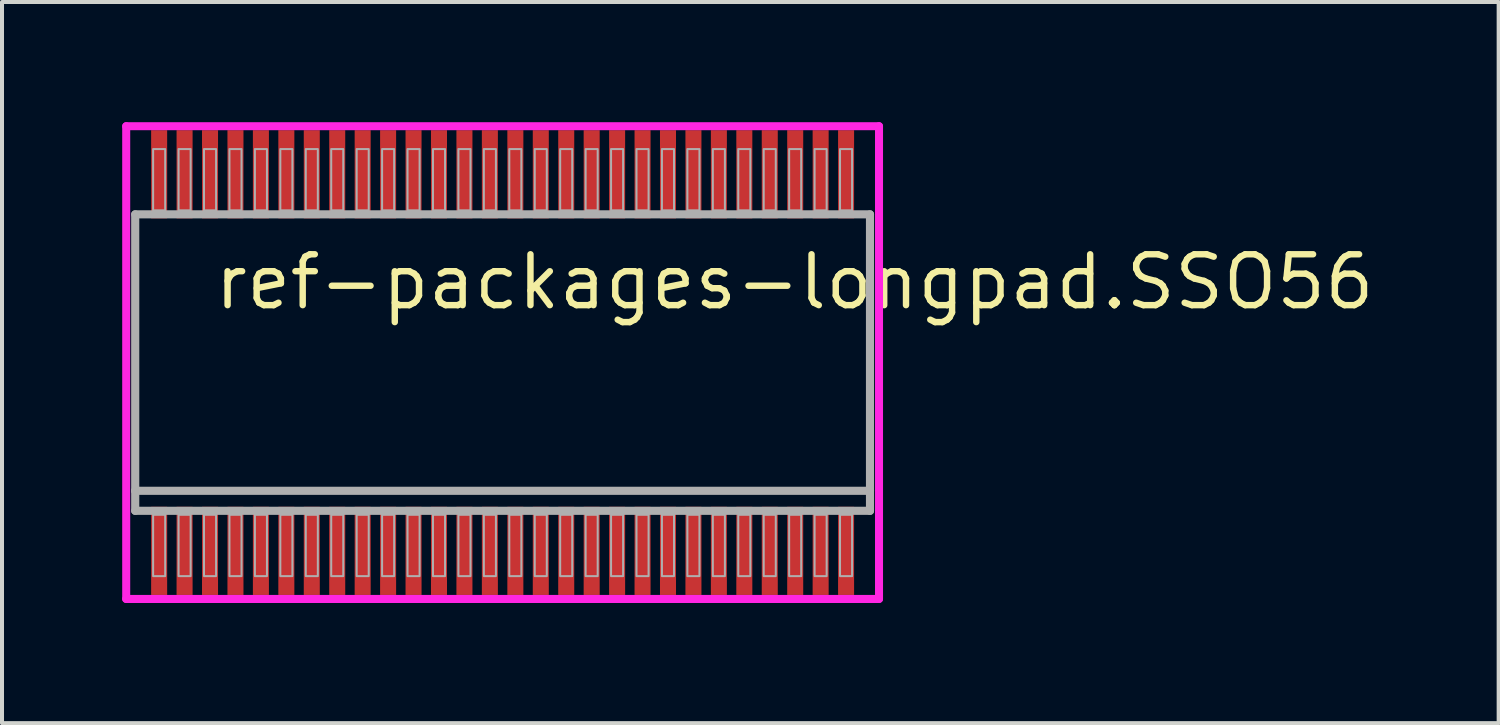
<source format=kicad_pcb>
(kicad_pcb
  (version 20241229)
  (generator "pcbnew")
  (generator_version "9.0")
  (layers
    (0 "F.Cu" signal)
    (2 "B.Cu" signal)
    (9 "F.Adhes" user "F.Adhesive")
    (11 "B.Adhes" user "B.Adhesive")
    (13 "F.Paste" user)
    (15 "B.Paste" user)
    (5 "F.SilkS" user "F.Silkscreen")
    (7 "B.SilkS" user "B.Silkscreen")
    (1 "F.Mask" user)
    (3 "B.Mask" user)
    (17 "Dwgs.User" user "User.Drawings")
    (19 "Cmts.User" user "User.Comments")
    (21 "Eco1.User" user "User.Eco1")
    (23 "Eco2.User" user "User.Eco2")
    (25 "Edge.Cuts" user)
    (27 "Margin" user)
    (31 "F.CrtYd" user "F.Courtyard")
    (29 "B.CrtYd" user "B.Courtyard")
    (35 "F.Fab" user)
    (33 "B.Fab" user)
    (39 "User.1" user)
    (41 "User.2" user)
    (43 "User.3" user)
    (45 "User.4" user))
  (footprint "ref-packages-longpad.SSO56"
    (layer "F.Cu")
    (at 9.495 6)
    (property "Reference" "ref-packages-longpad.SSO56" (at -7.272 -1.27 0) (layer "F.SilkS") (effects (font (size 1.27 1.27) (thickness 0.16)) (justify left bottom)))
    (attr smd)
    (fp_line (start -9.395 -5.9) (end 9.395 -5.9) (stroke (width 0.2) (type default)) (layer "F.CrtYd"))
    (fp_line (start -9.395 5.9) (end -9.395 -5.9) (stroke (width 0.2) (type default)) (layer "F.CrtYd"))
    (fp_line (start 9.395 -5.9) (end 9.395 5.9) (stroke (width 0.2) (type default)) (layer "F.CrtYd"))
    (fp_line (start 9.395 5.9) (end -9.395 5.9) (stroke (width 0.2) (type default)) (layer "F.CrtYd"))
    (fp_line (start -9.17 -3.7) (end 9.17 -3.7) (stroke (width 0.203) (type default)) (layer "F.Fab"))
    (fp_line (start -9.17 3.2) (end -9.17 -3.7) (stroke (width 0.203) (type default)) (layer "F.Fab"))
    (fp_line (start -9.17 3.7) (end -9.17 3.2) (stroke (width 0.203) (type default)) (layer "F.Fab"))
    (fp_line (start 9.17 -3.7) (end 9.17 3.2) (stroke (width 0.203) (type default)) (layer "F.Fab"))
    (fp_line (start 9.17 3.2) (end -9.17 3.2) (stroke (width 0.203) (type default)) (layer "F.Fab"))
    (fp_line (start 9.17 3.2) (end 9.17 3.7) (stroke (width 0.203) (type default)) (layer "F.Fab"))
    (fp_line (start 9.17 3.7) (end -9.17 3.7) (stroke (width 0.203) (type default)) (layer "F.Fab"))
    (fp_rect (start -8.723 -3.8) (end -8.422 -5.33) (stroke (width 0.05) (type default)) (fill no) (layer "F.Fab"))
    (fp_rect (start -8.723 5.33) (end -8.422 3.8) (stroke (width 0.05) (type default)) (fill no) (layer "F.Fab"))
    (fp_rect (start -8.088 -3.8) (end -7.787 -5.33) (stroke (width 0.05) (type default)) (fill no) (layer "F.Fab"))
    (fp_rect (start -8.088 5.33) (end -7.787 3.8) (stroke (width 0.05) (type default)) (fill no) (layer "F.Fab"))
    (fp_rect (start -7.453 -3.8) (end -7.152 -5.33) (stroke (width 0.05) (type default)) (fill no) (layer "F.Fab"))
    (fp_rect (start -7.453 5.33) (end -7.152 3.8) (stroke (width 0.05) (type default)) (fill no) (layer "F.Fab"))
    (fp_rect (start -6.818 -3.8) (end -6.517 -5.33) (stroke (width 0.05) (type default)) (fill no) (layer "F.Fab"))
    (fp_rect (start -6.818 5.33) (end -6.517 3.8) (stroke (width 0.05) (type default)) (fill no) (layer "F.Fab"))
    (fp_rect (start -6.183 -3.8) (end -5.882 -5.33) (stroke (width 0.05) (type default)) (fill no) (layer "F.Fab"))
    (fp_rect (start -6.183 5.33) (end -5.882 3.8) (stroke (width 0.05) (type default)) (fill no) (layer "F.Fab"))
    (fp_rect (start -5.548 -3.8) (end -5.247 -5.33) (stroke (width 0.05) (type default)) (fill no) (layer "F.Fab"))
    (fp_rect (start -5.548 5.33) (end -5.247 3.8) (stroke (width 0.05) (type default)) (fill no) (layer "F.Fab"))
    (fp_rect (start -4.913 -3.8) (end -4.612 -5.33) (stroke (width 0.05) (type default)) (fill no) (layer "F.Fab"))
    (fp_rect (start -4.913 5.33) (end -4.612 3.8) (stroke (width 0.05) (type default)) (fill no) (layer "F.Fab"))
    (fp_rect (start -4.278 -3.8) (end -3.977 -5.33) (stroke (width 0.05) (type default)) (fill no) (layer "F.Fab"))
    (fp_rect (start -4.278 5.33) (end -3.977 3.8) (stroke (width 0.05) (type default)) (fill no) (layer "F.Fab"))
    (fp_rect (start -3.643 -3.8) (end -3.342 -5.33) (stroke (width 0.05) (type default)) (fill no) (layer "F.Fab"))
    (fp_rect (start -3.643 5.33) (end -3.342 3.8) (stroke (width 0.05) (type default)) (fill no) (layer "F.Fab"))
    (fp_rect (start -3.008 -3.8) (end -2.707 -5.33) (stroke (width 0.05) (type default)) (fill no) (layer "F.Fab"))
    (fp_rect (start -3.008 5.33) (end -2.707 3.8) (stroke (width 0.05) (type default)) (fill no) (layer "F.Fab"))
    (fp_rect (start -2.373 -3.8) (end -2.072 -5.33) (stroke (width 0.05) (type default)) (fill no) (layer "F.Fab"))
    (fp_rect (start -2.373 5.33) (end -2.072 3.8) (stroke (width 0.05) (type default)) (fill no) (layer "F.Fab"))
    (fp_rect (start -1.738 -3.8) (end -1.437 -5.33) (stroke (width 0.05) (type default)) (fill no) (layer "F.Fab"))
    (fp_rect (start -1.738 5.33) (end -1.437 3.8) (stroke (width 0.05) (type default)) (fill no) (layer "F.Fab"))
    (fp_rect (start -1.103 -3.8) (end -0.802 -5.33) (stroke (width 0.05) (type default)) (fill no) (layer "F.Fab"))
    (fp_rect (start -1.103 5.33) (end -0.802 3.8) (stroke (width 0.05) (type default)) (fill no) (layer "F.Fab"))
    (fp_rect (start -0.468 -3.8) (end -0.167 -5.33) (stroke (width 0.05) (type default)) (fill no) (layer "F.Fab"))
    (fp_rect (start -0.468 5.33) (end -0.167 3.8) (stroke (width 0.05) (type default)) (fill no) (layer "F.Fab"))
    (fp_rect (start 0.167 -3.8) (end 0.468 -5.33) (stroke (width 0.05) (type default)) (fill no) (layer "F.Fab"))
    (fp_rect (start 0.167 5.33) (end 0.468 3.8) (stroke (width 0.05) (type default)) (fill no) (layer "F.Fab"))
    (fp_rect (start 0.802 -3.8) (end 1.103 -5.33) (stroke (width 0.05) (type default)) (fill no) (layer "F.Fab"))
    (fp_rect (start 0.802 5.33) (end 1.103 3.8) (stroke (width 0.05) (type default)) (fill no) (layer "F.Fab"))
    (fp_rect (start 1.437 -3.8) (end 1.738 -5.33) (stroke (width 0.05) (type default)) (fill no) (layer "F.Fab"))
    (fp_rect (start 1.437 5.33) (end 1.738 3.8) (stroke (width 0.05) (type default)) (fill no) (layer "F.Fab"))
    (fp_rect (start 2.072 -3.8) (end 2.373 -5.33) (stroke (width 0.05) (type default)) (fill no) (layer "F.Fab"))
    (fp_rect (start 2.072 5.33) (end 2.373 3.8) (stroke (width 0.05) (type default)) (fill no) (layer "F.Fab"))
    (fp_rect (start 2.707 -3.8) (end 3.008 -5.33) (stroke (width 0.05) (type default)) (fill no) (layer "F.Fab"))
    (fp_rect (start 2.707 5.33) (end 3.008 3.8) (stroke (width 0.05) (type default)) (fill no) (layer "F.Fab"))
    (fp_rect (start 3.342 -3.8) (end 3.643 -5.33) (stroke (width 0.05) (type default)) (fill no) (layer "F.Fab"))
    (fp_rect (start 3.342 5.33) (end 3.643 3.8) (stroke (width 0.05) (type default)) (fill no) (layer "F.Fab"))
    (fp_rect (start 3.977 -3.8) (end 4.278 -5.33) (stroke (width 0.05) (type default)) (fill no) (layer "F.Fab"))
    (fp_rect (start 3.977 5.33) (end 4.278 3.8) (stroke (width 0.05) (type default)) (fill no) (layer "F.Fab"))
    (fp_rect (start 4.612 -3.8) (end 4.913 -5.33) (stroke (width 0.05) (type default)) (fill no) (layer "F.Fab"))
    (fp_rect (start 4.612 5.33) (end 4.913 3.8) (stroke (width 0.05) (type default)) (fill no) (layer "F.Fab"))
    (fp_rect (start 5.247 -3.8) (end 5.548 -5.33) (stroke (width 0.05) (type default)) (fill no) (layer "F.Fab"))
    (fp_rect (start 5.247 5.33) (end 5.548 3.8) (stroke (width 0.05) (type default)) (fill no) (layer "F.Fab"))
    (fp_rect (start 5.882 -3.8) (end 6.183 -5.33) (stroke (width 0.05) (type default)) (fill no) (layer "F.Fab"))
    (fp_rect (start 5.882 5.33) (end 6.183 3.8) (stroke (width 0.05) (type default)) (fill no) (layer "F.Fab"))
    (fp_rect (start 6.517 -3.8) (end 6.818 -5.33) (stroke (width 0.05) (type default)) (fill no) (layer "F.Fab"))
    (fp_rect (start 6.517 5.33) (end 6.818 3.8) (stroke (width 0.05) (type default)) (fill no) (layer "F.Fab"))
    (fp_rect (start 7.152 -3.8) (end 7.453 -5.33) (stroke (width 0.05) (type default)) (fill no) (layer "F.Fab"))
    (fp_rect (start 7.152 5.33) (end 7.453 3.8) (stroke (width 0.05) (type default)) (fill no) (layer "F.Fab"))
    (fp_rect (start 7.787 -3.8) (end 8.088 -5.33) (stroke (width 0.05) (type default)) (fill no) (layer "F.Fab"))
    (fp_rect (start 7.787 5.33) (end 8.088 3.8) (stroke (width 0.05) (type default)) (fill no) (layer "F.Fab"))
    (fp_rect (start 8.422 -3.8) (end 8.723 -5.33) (stroke (width 0.05) (type default)) (fill no) (layer "F.Fab"))
    (fp_rect (start 8.422 5.33) (end 8.723 3.8) (stroke (width 0.05) (type default)) (fill no) (layer "F.Fab"))
    (pad "1" smd roundrect (at -8.573 4.7) (size 0.4 2.2) (layers "F.Cu" "F.Mask" "F.Paste") (roundrect_rratio 0.01))
    (pad "2" smd roundrect (at -7.938 4.7) (size 0.4 2.2) (layers "F.Cu" "F.Mask" "F.Paste") (roundrect_rratio 0.01))
    (pad "3" smd roundrect (at -7.303 4.7) (size 0.4 2.2) (layers "F.Cu" "F.Mask" "F.Paste") (roundrect_rratio 0.01))
    (pad "4" smd roundrect (at -6.668 4.7) (size 0.4 2.2) (layers "F.Cu" "F.Mask" "F.Paste") (roundrect_rratio 0.01))
    (pad "5" smd roundrect (at -6.033 4.7) (size 0.4 2.2) (layers "F.Cu" "F.Mask" "F.Paste") (roundrect_rratio 0.01))
    (pad "6" smd roundrect (at -5.398 4.7) (size 0.4 2.2) (layers "F.Cu" "F.Mask" "F.Paste") (roundrect_rratio 0.01))
    (pad "7" smd roundrect (at -4.763 4.7) (size 0.4 2.2) (layers "F.Cu" "F.Mask" "F.Paste") (roundrect_rratio 0.01))
    (pad "8" smd roundrect (at -4.128 4.7) (size 0.4 2.2) (layers "F.Cu" "F.Mask" "F.Paste") (roundrect_rratio 0.01))
    (pad "9" smd roundrect (at -3.493 4.7) (size 0.4 2.2) (layers "F.Cu" "F.Mask" "F.Paste") (roundrect_rratio 0.01))
    (pad "10" smd roundrect (at -2.858 4.7) (size 0.4 2.2) (layers "F.Cu" "F.Mask" "F.Paste") (roundrect_rratio 0.01))
    (pad "11" smd roundrect (at -2.223 4.7) (size 0.4 2.2) (layers "F.Cu" "F.Mask" "F.Paste") (roundrect_rratio 0.01))
    (pad "12" smd roundrect (at -1.588 4.7) (size 0.4 2.2) (layers "F.Cu" "F.Mask" "F.Paste") (roundrect_rratio 0.01))
    (pad "13" smd roundrect (at -0.953 4.7) (size 0.4 2.2) (layers "F.Cu" "F.Mask" "F.Paste") (roundrect_rratio 0.01))
    (pad "14" smd roundrect (at -0.318 4.7) (size 0.4 2.2) (layers "F.Cu" "F.Mask" "F.Paste") (roundrect_rratio 0.01))
    (pad "15" smd roundrect (at 0.318 4.7) (size 0.4 2.2) (layers "F.Cu" "F.Mask" "F.Paste") (roundrect_rratio 0.01))
    (pad "16" smd roundrect (at 0.953 4.7) (size 0.4 2.2) (layers "F.Cu" "F.Mask" "F.Paste") (roundrect_rratio 0.01))
    (pad "17" smd roundrect (at 1.588 4.7) (size 0.4 2.2) (layers "F.Cu" "F.Mask" "F.Paste") (roundrect_rratio 0.01))
    (pad "18" smd roundrect (at 2.223 4.7) (size 0.4 2.2) (layers "F.Cu" "F.Mask" "F.Paste") (roundrect_rratio 0.01))
    (pad "19" smd roundrect (at 2.858 4.7) (size 0.4 2.2) (layers "F.Cu" "F.Mask" "F.Paste") (roundrect_rratio 0.01))
    (pad "20" smd roundrect (at 3.493 4.7) (size 0.4 2.2) (layers "F.Cu" "F.Mask" "F.Paste") (roundrect_rratio 0.01))
    (pad "21" smd roundrect (at 4.128 4.7) (size 0.4 2.2) (layers "F.Cu" "F.Mask" "F.Paste") (roundrect_rratio 0.01))
    (pad "22" smd roundrect (at 4.763 4.7) (size 0.4 2.2) (layers "F.Cu" "F.Mask" "F.Paste") (roundrect_rratio 0.01))
    (pad "23" smd roundrect (at 5.398 4.7) (size 0.4 2.2) (layers "F.Cu" "F.Mask" "F.Paste") (roundrect_rratio 0.01))
    (pad "24" smd roundrect (at 6.033 4.7) (size 0.4 2.2) (layers "F.Cu" "F.Mask" "F.Paste") (roundrect_rratio 0.01))
    (pad "25" smd roundrect (at 6.668 4.7) (size 0.4 2.2) (layers "F.Cu" "F.Mask" "F.Paste") (roundrect_rratio 0.01))
    (pad "26" smd roundrect (at 7.303 4.7) (size 0.4 2.2) (layers "F.Cu" "F.Mask" "F.Paste") (roundrect_rratio 0.01))
    (pad "27" smd roundrect (at 7.938 4.7) (size 0.4 2.2) (layers "F.Cu" "F.Mask" "F.Paste") (roundrect_rratio 0.01))
    (pad "28" smd roundrect (at 8.573 4.7) (size 0.4 2.2) (layers "F.Cu" "F.Mask" "F.Paste") (roundrect_rratio 0.01))
    (pad "29" smd roundrect (at 8.573 -4.7) (size 0.4 2.2) (layers "F.Cu" "F.Mask" "F.Paste") (roundrect_rratio 0.01))
    (pad "30" smd roundrect (at 7.938 -4.7) (size 0.4 2.2) (layers "F.Cu" "F.Mask" "F.Paste") (roundrect_rratio 0.01))
    (pad "31" smd roundrect (at 7.303 -4.7) (size 0.4 2.2) (layers "F.Cu" "F.Mask" "F.Paste") (roundrect_rratio 0.01))
    (pad "32" smd roundrect (at 6.668 -4.7) (size 0.4 2.2) (layers "F.Cu" "F.Mask" "F.Paste") (roundrect_rratio 0.01))
    (pad "33" smd roundrect (at 6.033 -4.7) (size 0.4 2.2) (layers "F.Cu" "F.Mask" "F.Paste") (roundrect_rratio 0.01))
    (pad "34" smd roundrect (at 5.398 -4.7) (size 0.4 2.2) (layers "F.Cu" "F.Mask" "F.Paste") (roundrect_rratio 0.01))
    (pad "35" smd roundrect (at 4.763 -4.7) (size 0.4 2.2) (layers "F.Cu" "F.Mask" "F.Paste") (roundrect_rratio 0.01))
    (pad "36" smd roundrect (at 4.128 -4.7) (size 0.4 2.2) (layers "F.Cu" "F.Mask" "F.Paste") (roundrect_rratio 0.01))
    (pad "37" smd roundrect (at 3.493 -4.7) (size 0.4 2.2) (layers "F.Cu" "F.Mask" "F.Paste") (roundrect_rratio 0.01))
    (pad "38" smd roundrect (at 2.858 -4.7) (size 0.4 2.2) (layers "F.Cu" "F.Mask" "F.Paste") (roundrect_rratio 0.01))
    (pad "39" smd roundrect (at 2.223 -4.7) (size 0.4 2.2) (layers "F.Cu" "F.Mask" "F.Paste") (roundrect_rratio 0.01))
    (pad "40" smd roundrect (at 1.588 -4.7) (size 0.4 2.2) (layers "F.Cu" "F.Mask" "F.Paste") (roundrect_rratio 0.01))
    (pad "41" smd roundrect (at 0.953 -4.7) (size 0.4 2.2) (layers "F.Cu" "F.Mask" "F.Paste") (roundrect_rratio 0.01))
    (pad "42" smd roundrect (at 0.318 -4.7) (size 0.4 2.2) (layers "F.Cu" "F.Mask" "F.Paste") (roundrect_rratio 0.01))
    (pad "43" smd roundrect (at -0.318 -4.7) (size 0.4 2.2) (layers "F.Cu" "F.Mask" "F.Paste") (roundrect_rratio 0.01))
    (pad "44" smd roundrect (at -0.953 -4.7) (size 0.4 2.2) (layers "F.Cu" "F.Mask" "F.Paste") (roundrect_rratio 0.01))
    (pad "45" smd roundrect (at -1.588 -4.7) (size 0.4 2.2) (layers "F.Cu" "F.Mask" "F.Paste") (roundrect_rratio 0.01))
    (pad "46" smd roundrect (at -2.223 -4.7) (size 0.4 2.2) (layers "F.Cu" "F.Mask" "F.Paste") (roundrect_rratio 0.01))
    (pad "47" smd roundrect (at -2.858 -4.7) (size 0.4 2.2) (layers "F.Cu" "F.Mask" "F.Paste") (roundrect_rratio 0.01))
    (pad "48" smd roundrect (at -3.493 -4.7) (size 0.4 2.2) (layers "F.Cu" "F.Mask" "F.Paste") (roundrect_rratio 0.01))
    (pad "49" smd roundrect (at -4.128 -4.7) (size 0.4 2.2) (layers "F.Cu" "F.Mask" "F.Paste") (roundrect_rratio 0.01))
    (pad "50" smd roundrect (at -4.763 -4.7) (size 0.4 2.2) (layers "F.Cu" "F.Mask" "F.Paste") (roundrect_rratio 0.01))
    (pad "51" smd roundrect (at -5.398 -4.7) (size 0.4 2.2) (layers "F.Cu" "F.Mask" "F.Paste") (roundrect_rratio 0.01))
    (pad "52" smd roundrect (at -6.033 -4.7) (size 0.4 2.2) (layers "F.Cu" "F.Mask" "F.Paste") (roundrect_rratio 0.01))
    (pad "53" smd roundrect (at -6.668 -4.7) (size 0.4 2.2) (layers "F.Cu" "F.Mask" "F.Paste") (roundrect_rratio 0.01))
    (pad "54" smd roundrect (at -7.303 -4.7) (size 0.4 2.2) (layers "F.Cu" "F.Mask" "F.Paste") (roundrect_rratio 0.01))
    (pad "55" smd roundrect (at -7.938 -4.7) (size 0.4 2.2) (layers "F.Cu" "F.Mask" "F.Paste") (roundrect_rratio 0.01))
    (pad "56" smd roundrect (at -8.573 -4.7) (size 0.4 2.2) (layers "F.Cu" "F.Mask" "F.Paste") (roundrect_rratio 0.01)))
  (gr_rect
    (start -3 -3)
    (end 34.356 15)
    (stroke (width 0.1) (type default))
    (fill no)
    (layer "Edge.Cuts")))
</source>
